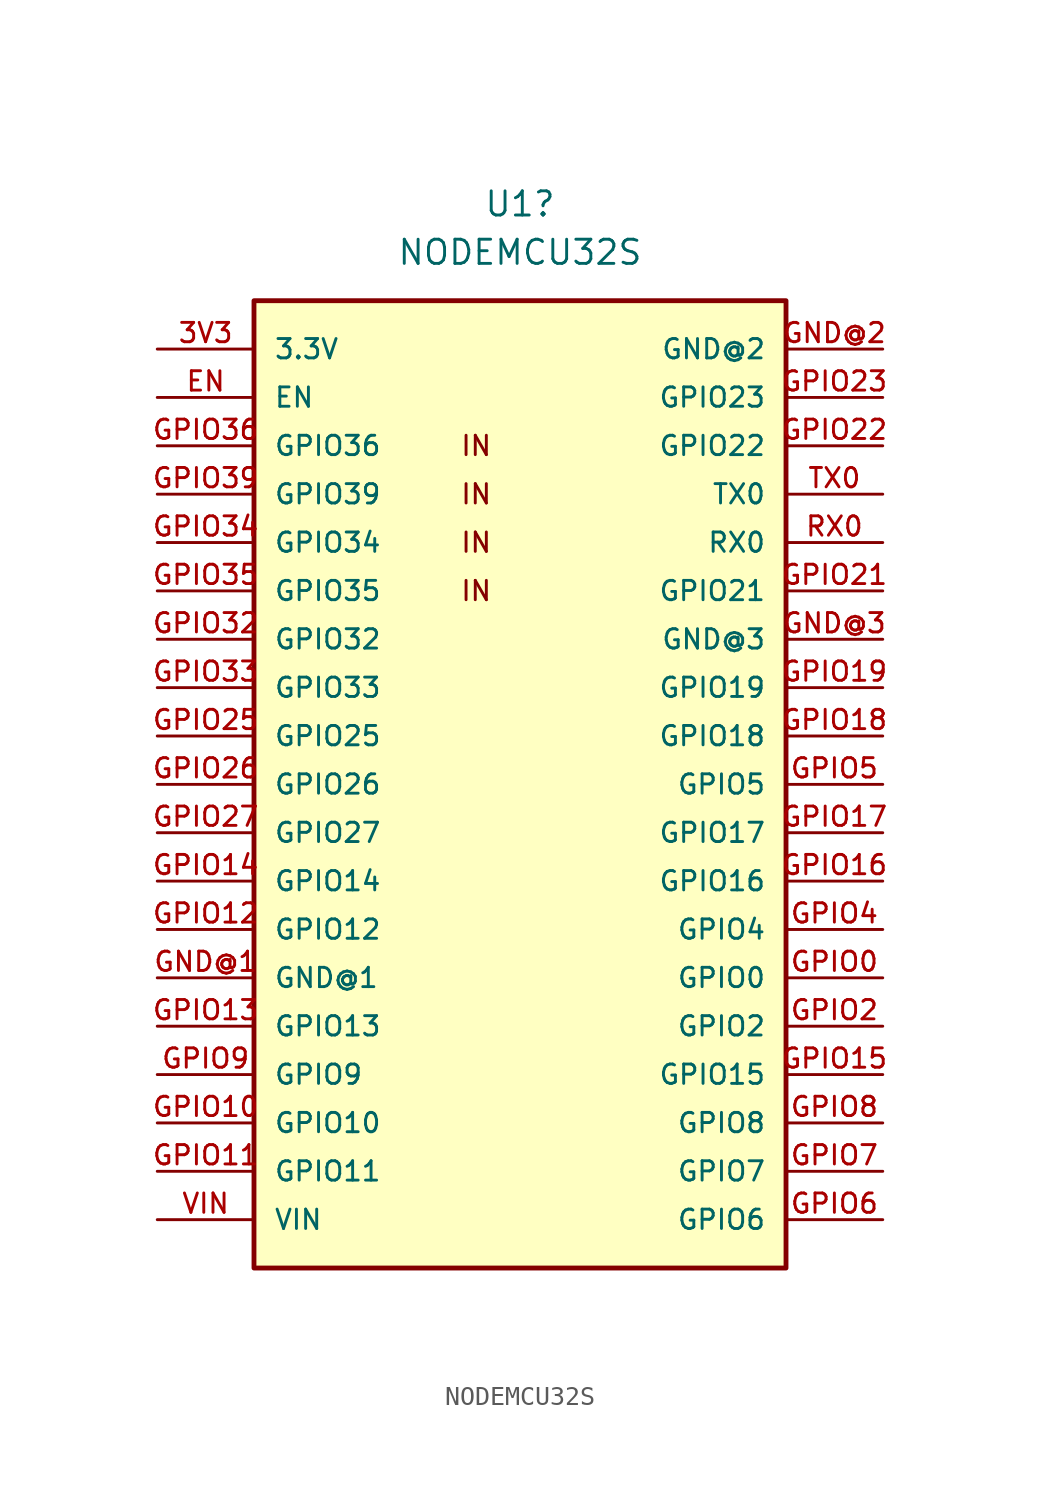
<source format=kicad_sym>
(kicad_symbol_lib
  (version 20220914)
  (generator kicad_symbol_editor)
  (symbol "NODEMCU32S"
    (pin_names
      (offset 1.016))
    (property "Reference" "U1"
      (at 1.27 27.94 0)
      (effects (font (size 1.27 1.27))))
    (property "Value" "NODEMCU32S"
      (at 1.27 25.4 0)
      (effects (font (size 1.27 1.27))))
    (symbol "NODEMCU32S_0_0"
      (rectangle (start -12.7 -27.94) (end 15.24 22.86) (stroke (width 0.254) (type default)) (fill (type background)))
      (text "IN" (at -1.905 7.62 0) (effects (font (size 1.016 1.016)) (justify left)))
      (text "IN" (at -1.905 10.16 0) (effects (font (size 1.016 1.016)) (justify left)))
      (text "IN" (at -1.905 12.7 0) (effects (font (size 1.016 1.016)) (justify left)))
      (text "IN" (at -1.905 15.24 0) (effects (font (size 1.016 1.016)) (justify left)))
      (pin bidirectional line (at -17.78 20.32 0) (length 5.08) (name "3.3V" (effects (font (size 1.016 1.016)))) (number "3V3" (effects (font (size 1.016 1.016)))))
      (pin bidirectional line (at -17.78 17.78 0) (length 5.08) (name "EN" (effects (font (size 1.016 1.016)))) (number "EN" (effects (font (size 1.016 1.016)))))
      (pin bidirectional line (at -17.78 -12.7 0) (length 5.08) (name "GND@1" (effects (font (size 1.016 1.016)))) (number "GND@1" (effects (font (size 1.016 1.016)))))
      (pin bidirectional line (at 20.32 20.32 180) (length 5.08) (name "GND@2" (effects (font (size 1.016 1.016)))) (number "GND@2" (effects (font (size 1.016 1.016)))))
      (pin bidirectional line (at 20.32 5.08 180) (length 5.08) (name "GND@3" (effects (font (size 1.016 1.016)))) (number "GND@3" (effects (font (size 1.016 1.016)))))
      (pin bidirectional line (at 20.32 -12.7 180) (length 5.08) (name "GPIO0" (effects (font (size 1.016 1.016)))) (number "GPIO0" (effects (font (size 1.016 1.016)))))
      (pin bidirectional line (at -17.78 -20.32 0) (length 5.08) (name "GPIO10" (effects (font (size 1.016 1.016)))) (number "GPIO10" (effects (font (size 1.016 1.016)))))
      (pin bidirectional line (at -17.78 -22.86 0) (length 5.08) (name "GPIO11" (effects (font (size 1.016 1.016)))) (number "GPIO11" (effects (font (size 1.016 1.016)))))
      (pin bidirectional line (at -17.78 -10.16 0) (length 5.08) (name "GPIO12" (effects (font (size 1.016 1.016)))) (number "GPIO12" (effects (font (size 1.016 1.016)))))
      (pin bidirectional line (at -17.78 -15.24 0) (length 5.08) (name "GPIO13" (effects (font (size 1.016 1.016)))) (number "GPIO13" (effects (font (size 1.016 1.016)))))
      (pin bidirectional line (at -17.78 -7.62 0) (length 5.08) (name "GPIO14" (effects (font (size 1.016 1.016)))) (number "GPIO14" (effects (font (size 1.016 1.016)))))
      (pin bidirectional line (at 20.32 -17.78 180) (length 5.08) (name "GPIO15" (effects (font (size 1.016 1.016)))) (number "GPIO15" (effects (font (size 1.016 1.016)))))
      (pin bidirectional line (at 20.32 -7.62 180) (length 5.08) (name "GPIO16" (effects (font (size 1.016 1.016)))) (number "GPIO16" (effects (font (size 1.016 1.016)))))
      (pin bidirectional line (at 20.32 -5.08 180) (length 5.08) (name "GPIO17" (effects (font (size 1.016 1.016)))) (number "GPIO17" (effects (font (size 1.016 1.016)))))
      (pin bidirectional line (at 20.32 0 180) (length 5.08) (name "GPIO18" (effects (font (size 1.016 1.016)))) (number "GPIO18" (effects (font (size 1.016 1.016)))))
      (pin bidirectional line (at 20.32 2.54 180) (length 5.08) (name "GPIO19" (effects (font (size 1.016 1.016)))) (number "GPIO19" (effects (font (size 1.016 1.016)))))
      (pin bidirectional line (at 20.32 -15.24 180) (length 5.08) (name "GPIO2" (effects (font (size 1.016 1.016)))) (number "GPIO2" (effects (font (size 1.016 1.016)))))
      (pin bidirectional line (at 20.32 7.62 180) (length 5.08) (name "GPIO21" (effects (font (size 1.016 1.016)))) (number "GPIO21" (effects (font (size 1.016 1.016)))))
      (pin bidirectional line (at 20.32 15.24 180) (length 5.08) (name "GPIO22" (effects (font (size 1.016 1.016)))) (number "GPIO22" (effects (font (size 1.016 1.016)))))
      (pin bidirectional line (at 20.32 17.78 180) (length 5.08) (name "GPIO23" (effects (font (size 1.016 1.016)))) (number "GPIO23" (effects (font (size 1.016 1.016)))))
      (pin bidirectional line (at -17.78 0 0) (length 5.08) (name "GPIO25" (effects (font (size 1.016 1.016)))) (number "GPIO25" (effects (font (size 1.016 1.016)))))
      (pin bidirectional line (at -17.78 -2.54 0) (length 5.08) (name "GPIO26" (effects (font (size 1.016 1.016)))) (number "GPIO26" (effects (font (size 1.016 1.016)))))
      (pin bidirectional line (at -17.78 -5.08 0) (length 5.08) (name "GPIO27" (effects (font (size 1.016 1.016)))) (number "GPIO27" (effects (font (size 1.016 1.016)))))
      (pin bidirectional line (at -17.78 5.08 0) (length 5.08) (name "GPIO32" (effects (font (size 1.016 1.016)))) (number "GPIO32" (effects (font (size 1.016 1.016)))))
      (pin bidirectional line (at -17.78 2.54 0) (length 5.08) (name "GPIO33" (effects (font (size 1.016 1.016)))) (number "GPIO33" (effects (font (size 1.016 1.016)))))
      (pin input line (at -17.78 10.16 0) (length 5.08) (name "GPIO34" (effects (font (size 1.016 1.016)))) (number "GPIO34" (effects (font (size 1.016 1.016)))))
      (pin input line (at -17.78 7.62 0) (length 5.08) (name "GPIO35" (effects (font (size 1.016 1.016)))) (number "GPIO35" (effects (font (size 1.016 1.016)))))
      (pin input line (at -17.78 15.24 0) (length 5.08) (name "GPIO36" (effects (font (size 1.016 1.016)))) (number "GPIO36" (effects (font (size 1.016 1.016)))))
      (pin input line (at -17.78 12.7 0) (length 5.08) (name "GPIO39" (effects (font (size 1.016 1.016)))) (number "GPIO39" (effects (font (size 1.016 1.016)))))
      (pin bidirectional line (at 20.32 -10.16 180) (length 5.08) (name "GPIO4" (effects (font (size 1.016 1.016)))) (number "GPIO4" (effects (font (size 1.016 1.016)))))
      (pin bidirectional line (at 20.32 -2.54 180) (length 5.08) (name "GPIO5" (effects (font (size 1.016 1.016)))) (number "GPIO5" (effects (font (size 1.016 1.016)))))
      (pin bidirectional line (at 20.32 -25.4 180) (length 5.08) (name "GPIO6" (effects (font (size 1.016 1.016)))) (number "GPIO6" (effects (font (size 1.016 1.016)))))
      (pin bidirectional line (at 20.32 -22.86 180) (length 5.08) (name "GPIO7" (effects (font (size 1.016 1.016)))) (number "GPIO7" (effects (font (size 1.016 1.016)))))
      (pin bidirectional line (at 20.32 -20.32 180) (length 5.08) (name "GPIO8" (effects (font (size 1.016 1.016)))) (number "GPIO8" (effects (font (size 1.016 1.016)))))
      (pin bidirectional line (at -17.78 -17.78 0) (length 5.08) (name "GPIO9" (effects (font (size 1.016 1.016)))) (number "GPIO9" (effects (font (size 1.016 1.016)))))
      (pin bidirectional line (at 20.32 10.16 180) (length 5.08) (name "RX0" (effects (font (size 1.016 1.016)))) (number "RX0" (effects (font (size 1.016 1.016)))))
      (pin bidirectional line (at 20.32 12.7 180) (length 5.08) (name "TX0" (effects (font (size 1.016 1.016)))) (number "TX0" (effects (font (size 1.016 1.016)))))
      (pin bidirectional line (at -17.78 -25.4 0) (length 5.08) (name "VIN" (effects (font (size 1.016 1.016)))) (number "VIN" (effects (font (size 1.016 1.016))))))))
</source>
